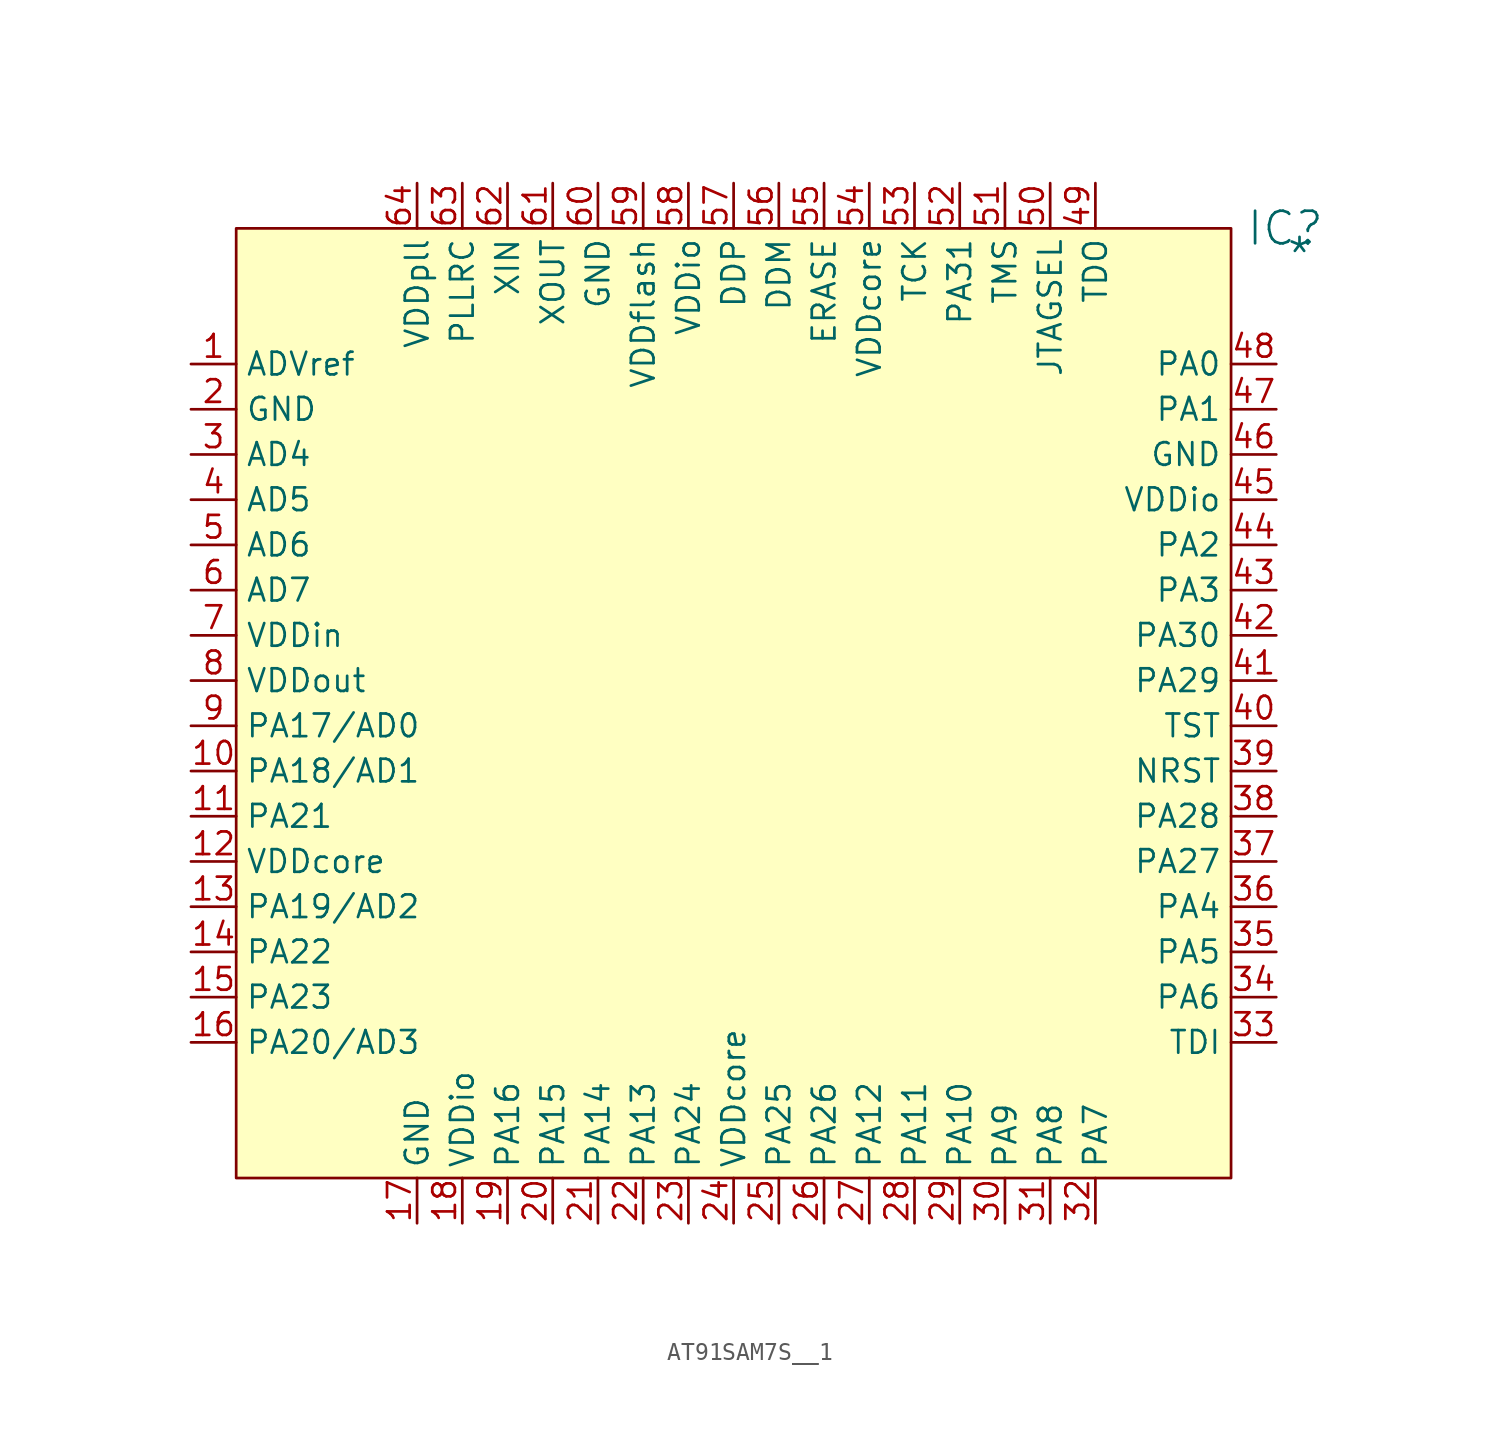
<source format=kicad_sym>
(kicad_symbol_lib
  (version 20241209)
  (generator "kicad_symbol_editor")
  (generator_version "9.0")
  (symbol "AT91SAM7S__1"
    (property "Reference" "IC"
      (at 58.928 0 0)
      (effects (font (size 1.829 1.829))))
    (property "Value" "*"
      (at 58.928 -2.54 0)
      (effects (font (size 1.829 1.829)) (justify left bottom)))
    (symbol "AT91SAM7S__1_1_0"
      (rectangle (start 55.88 0) (end 0 -53.34) (stroke (width 0) (type solid) (color 128 0 0 1)) (fill (type background)))
      (pin passive line (at -2.54 -7.62 0) (length 2.54) (name "ADVref" (effects (font (size 1.27 1.27)))) (number "1" (effects (font (size 1.27 1.27)))))
      (pin passive line (at -2.54 -10.16 0) (length 2.54) (name "GND" (effects (font (size 1.27 1.27)))) (number "2" (effects (font (size 1.27 1.27)))))
      (pin passive line (at -2.54 -12.7 0) (length 2.54) (name "AD4" (effects (font (size 1.27 1.27)))) (number "3" (effects (font (size 1.27 1.27)))))
      (pin passive line (at -2.54 -15.24 0) (length 2.54) (name "AD5" (effects (font (size 1.27 1.27)))) (number "4" (effects (font (size 1.27 1.27)))))
      (pin passive line (at -2.54 -17.78 0) (length 2.54) (name "AD6" (effects (font (size 1.27 1.27)))) (number "5" (effects (font (size 1.27 1.27)))))
      (pin passive line (at -2.54 -20.32 0) (length 2.54) (name "AD7" (effects (font (size 1.27 1.27)))) (number "6" (effects (font (size 1.27 1.27)))))
      (pin passive line (at -2.54 -22.86 0) (length 2.54) (name "VDDin" (effects (font (size 1.27 1.27)))) (number "7" (effects (font (size 1.27 1.27)))))
      (pin passive line (at -2.54 -25.4 0) (length 2.54) (name "VDDout" (effects (font (size 1.27 1.27)))) (number "8" (effects (font (size 1.27 1.27)))))
      (pin passive line (at -2.54 -27.94 0) (length 2.54) (name "PA17/AD0" (effects (font (size 1.27 1.27)))) (number "9" (effects (font (size 1.27 1.27)))))
      (pin passive line (at -2.54 -30.48 0) (length 2.54) (name "PA18/AD1" (effects (font (size 1.27 1.27)))) (number "10" (effects (font (size 1.27 1.27)))))
      (pin passive line (at -2.54 -33.02 0) (length 2.54) (name "PA21" (effects (font (size 1.27 1.27)))) (number "11" (effects (font (size 1.27 1.27)))))
      (pin passive line (at -2.54 -35.56 0) (length 2.54) (name "VDDcore" (effects (font (size 1.27 1.27)))) (number "12" (effects (font (size 1.27 1.27)))))
      (pin passive line (at -2.54 -38.1 0) (length 2.54) (name "PA19/AD2" (effects (font (size 1.27 1.27)))) (number "13" (effects (font (size 1.27 1.27)))))
      (pin passive line (at -2.54 -40.64 0) (length 2.54) (name "PA22" (effects (font (size 1.27 1.27)))) (number "14" (effects (font (size 1.27 1.27)))))
      (pin passive line (at -2.54 -43.18 0) (length 2.54) (name "PA23" (effects (font (size 1.27 1.27)))) (number "15" (effects (font (size 1.27 1.27)))))
      (pin passive line (at -2.54 -45.72 0) (length 2.54) (name "PA20/AD3" (effects (font (size 1.27 1.27)))) (number "16" (effects (font (size 1.27 1.27)))))
      (pin passive line (at 10.16 2.54 270) (length 2.54) (name "VDDpll" (effects (font (size 1.27 1.27)))) (number "64" (effects (font (size 1.27 1.27)))))
      (pin passive line (at 10.16 -55.88 90) (length 2.54) (name "GND" (effects (font (size 1.27 1.27)))) (number "17" (effects (font (size 1.27 1.27)))))
      (pin passive line (at 12.7 2.54 270) (length 2.54) (name "PLLRC" (effects (font (size 1.27 1.27)))) (number "63" (effects (font (size 1.27 1.27)))))
      (pin passive line (at 12.7 -55.88 90) (length 2.54) (name "VDDio" (effects (font (size 1.27 1.27)))) (number "18" (effects (font (size 1.27 1.27)))))
      (pin passive line (at 15.24 2.54 270) (length 2.54) (name "XIN" (effects (font (size 1.27 1.27)))) (number "62" (effects (font (size 1.27 1.27)))))
      (pin passive line (at 15.24 -55.88 90) (length 2.54) (name "PA16" (effects (font (size 1.27 1.27)))) (number "19" (effects (font (size 1.27 1.27)))))
      (pin passive line (at 17.78 2.54 270) (length 2.54) (name "XOUT" (effects (font (size 1.27 1.27)))) (number "61" (effects (font (size 1.27 1.27)))))
      (pin passive line (at 17.78 -55.88 90) (length 2.54) (name "PA15" (effects (font (size 1.27 1.27)))) (number "20" (effects (font (size 1.27 1.27)))))
      (pin passive line (at 20.32 2.54 270) (length 2.54) (name "GND" (effects (font (size 1.27 1.27)))) (number "60" (effects (font (size 1.27 1.27)))))
      (pin passive line (at 20.32 -55.88 90) (length 2.54) (name "PA14" (effects (font (size 1.27 1.27)))) (number "21" (effects (font (size 1.27 1.27)))))
      (pin passive line (at 22.86 2.54 270) (length 2.54) (name "VDDflash" (effects (font (size 1.27 1.27)))) (number "59" (effects (font (size 1.27 1.27)))))
      (pin passive line (at 22.86 -55.88 90) (length 2.54) (name "PA13" (effects (font (size 1.27 1.27)))) (number "22" (effects (font (size 1.27 1.27)))))
      (pin passive line (at 25.4 2.54 270) (length 2.54) (name "VDDio" (effects (font (size 1.27 1.27)))) (number "58" (effects (font (size 1.27 1.27)))))
      (pin passive line (at 25.4 -55.88 90) (length 2.54) (name "PA24" (effects (font (size 1.27 1.27)))) (number "23" (effects (font (size 1.27 1.27)))))
      (pin passive line (at 27.94 2.54 270) (length 2.54) (name "DDP" (effects (font (size 1.27 1.27)))) (number "57" (effects (font (size 1.27 1.27)))))
      (pin passive line (at 27.94 -55.88 90) (length 2.54) (name "VDDcore" (effects (font (size 1.27 1.27)))) (number "24" (effects (font (size 1.27 1.27)))))
      (pin passive line (at 30.48 2.54 270) (length 2.54) (name "DDM" (effects (font (size 1.27 1.27)))) (number "56" (effects (font (size 1.27 1.27)))))
      (pin passive line (at 30.48 -55.88 90) (length 2.54) (name "PA25" (effects (font (size 1.27 1.27)))) (number "25" (effects (font (size 1.27 1.27)))))
      (pin passive line (at 33.02 2.54 270) (length 2.54) (name "ERASE" (effects (font (size 1.27 1.27)))) (number "55" (effects (font (size 1.27 1.27)))))
      (pin passive line (at 33.02 -55.88 90) (length 2.54) (name "PA26" (effects (font (size 1.27 1.27)))) (number "26" (effects (font (size 1.27 1.27)))))
      (pin passive line (at 35.56 2.54 270) (length 2.54) (name "VDDcore" (effects (font (size 1.27 1.27)))) (number "54" (effects (font (size 1.27 1.27)))))
      (pin passive line (at 35.56 -55.88 90) (length 2.54) (name "PA12" (effects (font (size 1.27 1.27)))) (number "27" (effects (font (size 1.27 1.27)))))
      (pin passive line (at 38.1 2.54 270) (length 2.54) (name "TCK" (effects (font (size 1.27 1.27)))) (number "53" (effects (font (size 1.27 1.27)))))
      (pin passive line (at 38.1 -55.88 90) (length 2.54) (name "PA11" (effects (font (size 1.27 1.27)))) (number "28" (effects (font (size 1.27 1.27)))))
      (pin passive line (at 40.64 2.54 270) (length 2.54) (name "PA31" (effects (font (size 1.27 1.27)))) (number "52" (effects (font (size 1.27 1.27)))))
      (pin passive line (at 40.64 -55.88 90) (length 2.54) (name "PA10" (effects (font (size 1.27 1.27)))) (number "29" (effects (font (size 1.27 1.27)))))
      (pin passive line (at 43.18 2.54 270) (length 2.54) (name "TMS" (effects (font (size 1.27 1.27)))) (number "51" (effects (font (size 1.27 1.27)))))
      (pin passive line (at 43.18 -55.88 90) (length 2.54) (name "PA9" (effects (font (size 1.27 1.27)))) (number "30" (effects (font (size 1.27 1.27)))))
      (pin passive line (at 45.72 2.54 270) (length 2.54) (name "JTAGSEL" (effects (font (size 1.27 1.27)))) (number "50" (effects (font (size 1.27 1.27)))))
      (pin passive line (at 45.72 -55.88 90) (length 2.54) (name "PA8" (effects (font (size 1.27 1.27)))) (number "31" (effects (font (size 1.27 1.27)))))
      (pin passive line (at 48.26 2.54 270) (length 2.54) (name "TDO" (effects (font (size 1.27 1.27)))) (number "49" (effects (font (size 1.27 1.27)))))
      (pin passive line (at 48.26 -55.88 90) (length 2.54) (name "PA7" (effects (font (size 1.27 1.27)))) (number "32" (effects (font (size 1.27 1.27)))))
      (pin passive line (at 58.42 -7.62 180) (length 2.54) (name "PA0" (effects (font (size 1.27 1.27)))) (number "48" (effects (font (size 1.27 1.27)))))
      (pin passive line (at 58.42 -10.16 180) (length 2.54) (name "PA1" (effects (font (size 1.27 1.27)))) (number "47" (effects (font (size 1.27 1.27)))))
      (pin passive line (at 58.42 -12.7 180) (length 2.54) (name "GND" (effects (font (size 1.27 1.27)))) (number "46" (effects (font (size 1.27 1.27)))))
      (pin passive line (at 58.42 -15.24 180) (length 2.54) (name "VDDio" (effects (font (size 1.27 1.27)))) (number "45" (effects (font (size 1.27 1.27)))))
      (pin passive line (at 58.42 -17.78 180) (length 2.54) (name "PA2" (effects (font (size 1.27 1.27)))) (number "44" (effects (font (size 1.27 1.27)))))
      (pin passive line (at 58.42 -20.32 180) (length 2.54) (name "PA3" (effects (font (size 1.27 1.27)))) (number "43" (effects (font (size 1.27 1.27)))))
      (pin passive line (at 58.42 -22.86 180) (length 2.54) (name "PA30" (effects (font (size 1.27 1.27)))) (number "42" (effects (font (size 1.27 1.27)))))
      (pin passive line (at 58.42 -25.4 180) (length 2.54) (name "PA29" (effects (font (size 1.27 1.27)))) (number "41" (effects (font (size 1.27 1.27)))))
      (pin passive line (at 58.42 -27.94 180) (length 2.54) (name "TST" (effects (font (size 1.27 1.27)))) (number "40" (effects (font (size 1.27 1.27)))))
      (pin passive line (at 58.42 -30.48 180) (length 2.54) (name "NRST" (effects (font (size 1.27 1.27)))) (number "39" (effects (font (size 1.27 1.27)))))
      (pin passive line (at 58.42 -33.02 180) (length 2.54) (name "PA28" (effects (font (size 1.27 1.27)))) (number "38" (effects (font (size 1.27 1.27)))))
      (pin passive line (at 58.42 -35.56 180) (length 2.54) (name "PA27" (effects (font (size 1.27 1.27)))) (number "37" (effects (font (size 1.27 1.27)))))
      (pin passive line (at 58.42 -38.1 180) (length 2.54) (name "PA4" (effects (font (size 1.27 1.27)))) (number "36" (effects (font (size 1.27 1.27)))))
      (pin passive line (at 58.42 -40.64 180) (length 2.54) (name "PA5" (effects (font (size 1.27 1.27)))) (number "35" (effects (font (size 1.27 1.27)))))
      (pin passive line (at 58.42 -43.18 180) (length 2.54) (name "PA6" (effects (font (size 1.27 1.27)))) (number "34" (effects (font (size 1.27 1.27)))))
      (pin passive line (at 58.42 -45.72 180) (length 2.54) (name "TDI" (effects (font (size 1.27 1.27)))) (number "33" (effects (font (size 1.27 1.27))))))))
</source>
